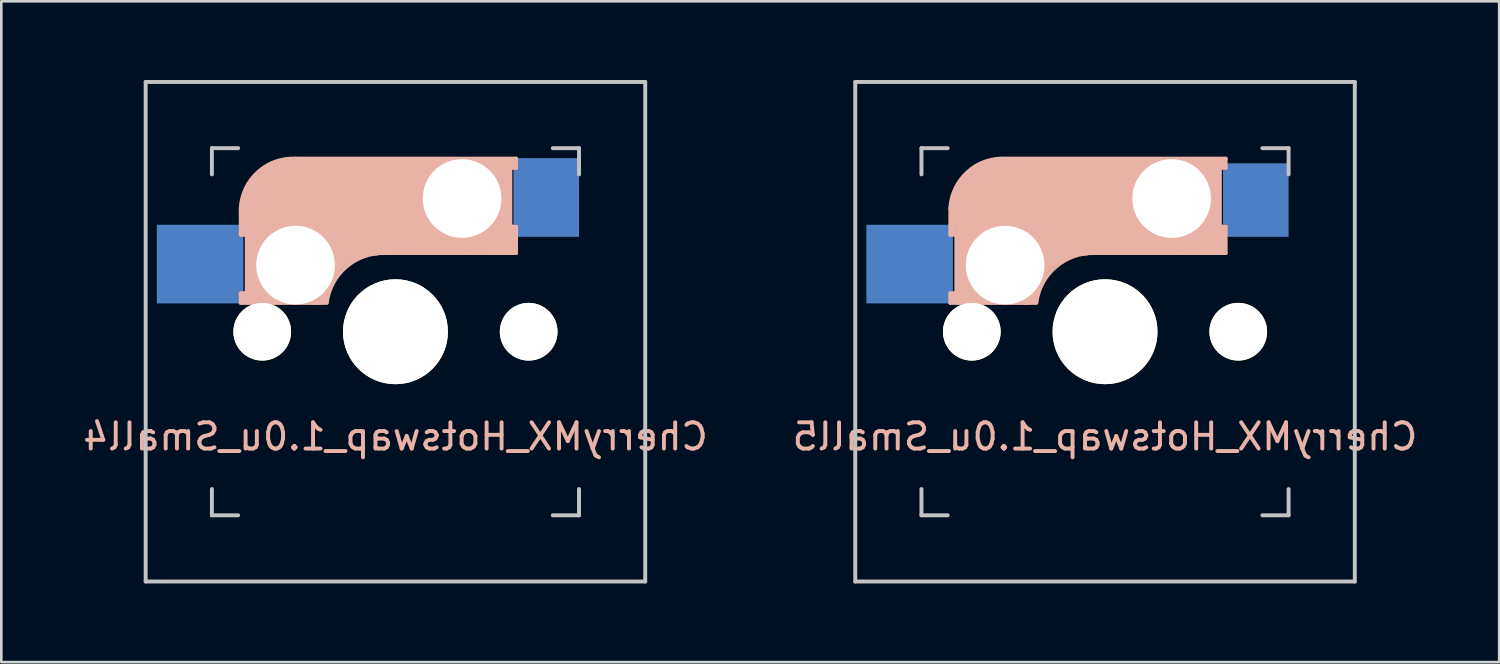
<source format=kicad_pcb>
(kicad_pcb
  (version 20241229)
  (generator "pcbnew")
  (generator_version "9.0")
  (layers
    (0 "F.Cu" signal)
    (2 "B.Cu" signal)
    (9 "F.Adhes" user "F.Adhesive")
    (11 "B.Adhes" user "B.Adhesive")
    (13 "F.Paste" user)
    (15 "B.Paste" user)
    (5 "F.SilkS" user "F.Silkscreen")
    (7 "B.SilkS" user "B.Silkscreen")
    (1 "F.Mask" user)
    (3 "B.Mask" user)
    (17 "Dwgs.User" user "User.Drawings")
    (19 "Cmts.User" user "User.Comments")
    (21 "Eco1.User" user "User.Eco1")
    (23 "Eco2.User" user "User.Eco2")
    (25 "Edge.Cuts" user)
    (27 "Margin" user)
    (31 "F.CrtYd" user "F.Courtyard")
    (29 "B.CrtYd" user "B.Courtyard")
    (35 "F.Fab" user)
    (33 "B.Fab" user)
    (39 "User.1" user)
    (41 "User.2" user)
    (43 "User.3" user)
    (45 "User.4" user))
  (footprint "CherryMX_Hotswap_1.0u_Small5"
    (layer "F.Cu")
    (at 39.089 9.6)
    (property "Reference" "CherryMX_Hotswap_1.0u_Small5" (at 0 4 0) (layer "B.SilkS") (effects (font (size 1 1) (thickness 0.15)) (justify mirror)))
    (attr smd)
    (fp_line (start -5.9 -4.7) (end -5.9 -3.7) (stroke (width 0.15) (type solid)) (layer "B.SilkS"))
    (fp_line (start -5.9 -3.7) (end -5.7 -3.7) (stroke (width 0.15) (type solid)) (layer "B.SilkS"))
    (fp_line (start -5.9 -1.1) (end -5.9 -1.46) (stroke (width 0.15) (type solid)) (layer "B.SilkS"))
    (fp_line (start -5.9 -1.1) (end -2.62 -1.1) (stroke (width 0.15) (type solid)) (layer "B.SilkS"))
    (fp_line (start -5.8 -3.8) (end -5.8 -4.7) (stroke (width 0.3) (type solid)) (layer "B.SilkS"))
    (fp_line (start -5.7 -1.46) (end -5.9 -1.46) (stroke (width 0.15) (type solid)) (layer "B.SilkS"))
    (fp_line (start -5.7 -1.3) (end -3 -1.3) (stroke (width 0.5) (type solid)) (layer "B.SilkS"))
    (fp_line (start -5.67 -3.7) (end -5.67 -1.46) (stroke (width 0.15) (type solid)) (layer "B.SilkS"))
    (fp_line (start -5.3 -1.6) (end -5.3 -3.4) (stroke (width 0.8) (type solid)) (layer "B.SilkS"))
    (fp_line (start -4.17 -5.1) (end -4.17 -2.86) (stroke (width 3) (type solid)) (layer "B.SilkS"))
    (fp_line (start -0.4 -3) (end 4.6 -3) (stroke (width 0.15) (type solid)) (layer "B.SilkS"))
    (fp_line (start 2.6 -4.8) (end -4.1 -4.8) (stroke (width 3.5) (type solid)) (layer "B.SilkS"))
    (fp_line (start 3.9 -6) (end 3.9 -3.5) (stroke (width 1) (type solid)) (layer "B.SilkS"))
    (fp_line (start 4.3 -3.3) (end 2.9 -3.3) (stroke (width 0.5) (type solid)) (layer "B.SilkS"))
    (fp_line (start 4.38 -4) (end 4.38 -6.25) (stroke (width 0.15) (type solid)) (layer "B.SilkS"))
    (fp_line (start 4.4 -6.4) (end 3 -6.4) (stroke (width 0.4) (type solid)) (layer "B.SilkS"))
    (fp_line (start 4.4 -6.25) (end 4.6 -6.25) (stroke (width 0.15) (type solid)) (layer "B.SilkS"))
    (fp_line (start 4.4 -3.9) (end 4.4 -3.2) (stroke (width 0.4) (type solid)) (layer "B.SilkS"))
    (fp_line (start 4.6 -6.6) (end -3.8 -6.6) (stroke (width 0.15) (type solid)) (layer "B.SilkS"))
    (fp_line (start 4.6 -6.25) (end 4.6 -6.6) (stroke (width 0.15) (type solid)) (layer "B.SilkS"))
    (fp_line (start 4.6 -4) (end 4.4 -4) (stroke (width 0.15) (type solid)) (layer "B.SilkS"))
    (fp_line (start 4.6 -3) (end 4.6 -4) (stroke (width 0.15) (type solid)) (layer "B.SilkS"))
    (fp_arc (start -5.9 -4.699999) (mid -5.243504 -6.084924) (end -3.800001 -6.6) (stroke (width 0.15) (type solid)) (layer "B.SilkS"))
    (fp_arc (start -3.016318 -1.521471) (mid -2.268709 -2.886118) (end -0.8 -3.4) (stroke (width 1) (type solid)) (layer "B.SilkS"))
    (fp_arc (start -2.616318 -1.121471) (mid -1.868709 -2.486118) (end -0.4 -3) (stroke (width 0.15) (type solid)) (layer "B.SilkS"))
    (fp_line (start -9.525 -9.525) (end 9.525 -9.525) (stroke (width 0.15) (type solid)) (layer "Dwgs.User"))
    (fp_line (start -9.525 9.525) (end -9.525 -9.525) (stroke (width 0.15) (type solid)) (layer "Dwgs.User"))
    (fp_line (start -7 -7) (end -6 -7) (stroke (width 0.15) (type solid)) (layer "Dwgs.User"))
    (fp_line (start -7 -6) (end -7 -7) (stroke (width 0.15) (type solid)) (layer "Dwgs.User"))
    (fp_line (start -7 6) (end -7 7) (stroke (width 0.15) (type solid)) (layer "Dwgs.User"))
    (fp_line (start -7 7) (end -6 7) (stroke (width 0.15) (type solid)) (layer "Dwgs.User"))
    (fp_line (start 6 7) (end 7 7) (stroke (width 0.15) (type solid)) (layer "Dwgs.User"))
    (fp_line (start 7 -7) (end 6 -7) (stroke (width 0.15) (type solid)) (layer "Dwgs.User"))
    (fp_line (start 7 -7) (end 7 -6) (stroke (width 0.15) (type solid)) (layer "Dwgs.User"))
    (fp_line (start 7 7) (end 7 6) (stroke (width 0.15) (type solid)) (layer "Dwgs.User"))
    (fp_line (start 9.525 -9.525) (end 9.525 9.525) (stroke (width 0.15) (type solid)) (layer "Dwgs.User"))
    (fp_line (start 9.525 9.525) (end -9.525 9.525) (stroke (width 0.15) (type solid)) (layer "Dwgs.User"))
    (pad "" np_thru_hole circle (at -5.08 0) (size 2.2 2.2) (drill 2.2) (layers "*.Cu" "*.Mask" "F.SilkS"))
    (pad "" np_thru_hole circle (at -3.81 -2.54 180) (size 3 3) (drill 3) (layers "*.Cu" "*.Mask"))
    (pad "" np_thru_hole circle (at 0 0 90) (size 4 4) (drill 4) (layers "*.Cu" "*.Mask" "F.SilkS"))
    (pad "" np_thru_hole circle (at 2.54 -5.08 180) (size 3 3) (drill 3) (layers "*.Cu" "*.Mask"))
    (pad "" np_thru_hole circle (at 5.08 0) (size 2.2 2.2) (drill 2.2) (layers "*.Cu" "*.Mask" "F.SilkS"))
    (pad "1" smd rect (at -7 -2.58 180) (size 3.3 3) (drill (offset 0.45 0)) (layers "B.Cu" "B.Mask" "B.Paste"))
    (pad "2" smd rect (at 5.7 -5.12 180) (size 2.5 2.8) (drill (offset -0.05 -0.1)) (layers "B.Cu" "B.Mask" "B.Paste")))
  (footprint "CherryMX_Hotswap_1.0u_Small4"
    (layer "F.Cu")
    (at 12.03 9.6)
    (property "Reference" "CherryMX_Hotswap_1.0u_Small4" (at 0 4 0) (layer "B.SilkS") (effects (font (size 1 1) (thickness 0.15)) (justify mirror)))
    (attr smd)
    (fp_line (start -5.9 -4.7) (end -5.9 -3.7) (stroke (width 0.15) (type solid)) (layer "B.SilkS"))
    (fp_line (start -5.9 -3.7) (end -5.7 -3.7) (stroke (width 0.15) (type solid)) (layer "B.SilkS"))
    (fp_line (start -5.9 -1.1) (end -5.9 -1.46) (stroke (width 0.15) (type solid)) (layer "B.SilkS"))
    (fp_line (start -5.9 -1.1) (end -2.62 -1.1) (stroke (width 0.15) (type solid)) (layer "B.SilkS"))
    (fp_line (start -5.8 -3.8) (end -5.8 -4.7) (stroke (width 0.3) (type solid)) (layer "B.SilkS"))
    (fp_line (start -5.7 -1.46) (end -5.9 -1.46) (stroke (width 0.15) (type solid)) (layer "B.SilkS"))
    (fp_line (start -5.7 -1.3) (end -3 -1.3) (stroke (width 0.5) (type solid)) (layer "B.SilkS"))
    (fp_line (start -5.67 -3.7) (end -5.67 -1.46) (stroke (width 0.15) (type solid)) (layer "B.SilkS"))
    (fp_line (start -5.3 -1.6) (end -5.3 -3.4) (stroke (width 0.8) (type solid)) (layer "B.SilkS"))
    (fp_line (start -4.17 -5.1) (end -4.17 -2.86) (stroke (width 3) (type solid)) (layer "B.SilkS"))
    (fp_line (start -0.4 -3) (end 4.6 -3) (stroke (width 0.15) (type solid)) (layer "B.SilkS"))
    (fp_line (start 2.6 -4.8) (end -4.1 -4.8) (stroke (width 3.5) (type solid)) (layer "B.SilkS"))
    (fp_line (start 3.9 -6) (end 3.9 -3.5) (stroke (width 1) (type solid)) (layer "B.SilkS"))
    (fp_line (start 4.3 -3.3) (end 2.9 -3.3) (stroke (width 0.5) (type solid)) (layer "B.SilkS"))
    (fp_line (start 4.38 -4) (end 4.38 -6.25) (stroke (width 0.15) (type solid)) (layer "B.SilkS"))
    (fp_line (start 4.4 -6.4) (end 3 -6.4) (stroke (width 0.4) (type solid)) (layer "B.SilkS"))
    (fp_line (start 4.4 -6.25) (end 4.6 -6.25) (stroke (width 0.15) (type solid)) (layer "B.SilkS"))
    (fp_line (start 4.4 -3.9) (end 4.4 -3.2) (stroke (width 0.4) (type solid)) (layer "B.SilkS"))
    (fp_line (start 4.6 -6.6) (end -3.8 -6.6) (stroke (width 0.15) (type solid)) (layer "B.SilkS"))
    (fp_line (start 4.6 -6.25) (end 4.6 -6.6) (stroke (width 0.15) (type solid)) (layer "B.SilkS"))
    (fp_line (start 4.6 -4) (end 4.4 -4) (stroke (width 0.15) (type solid)) (layer "B.SilkS"))
    (fp_line (start 4.6 -3) (end 4.6 -4) (stroke (width 0.15) (type solid)) (layer "B.SilkS"))
    (fp_arc (start -5.9 -4.699999) (mid -5.243504 -6.084924) (end -3.800001 -6.6) (stroke (width 0.15) (type solid)) (layer "B.SilkS"))
    (fp_arc (start -3.016318 -1.521471) (mid -2.268709 -2.886118) (end -0.8 -3.4) (stroke (width 1) (type solid)) (layer "B.SilkS"))
    (fp_arc (start -2.616318 -1.121471) (mid -1.868709 -2.486118) (end -0.4 -3) (stroke (width 0.15) (type solid)) (layer "B.SilkS"))
    (fp_line (start -9.525 -9.525) (end 9.525 -9.525) (stroke (width 0.15) (type solid)) (layer "Dwgs.User"))
    (fp_line (start -9.525 9.525) (end -9.525 -9.525) (stroke (width 0.15) (type solid)) (layer "Dwgs.User"))
    (fp_line (start -7 -7) (end -6 -7) (stroke (width 0.15) (type solid)) (layer "Dwgs.User"))
    (fp_line (start -7 -6) (end -7 -7) (stroke (width 0.15) (type solid)) (layer "Dwgs.User"))
    (fp_line (start -7 6) (end -7 7) (stroke (width 0.15) (type solid)) (layer "Dwgs.User"))
    (fp_line (start -7 7) (end -6 7) (stroke (width 0.15) (type solid)) (layer "Dwgs.User"))
    (fp_line (start 6 7) (end 7 7) (stroke (width 0.15) (type solid)) (layer "Dwgs.User"))
    (fp_line (start 7 -7) (end 6 -7) (stroke (width 0.15) (type solid)) (layer "Dwgs.User"))
    (fp_line (start 7 -7) (end 7 -6) (stroke (width 0.15) (type solid)) (layer "Dwgs.User"))
    (fp_line (start 7 7) (end 7 6) (stroke (width 0.15) (type solid)) (layer "Dwgs.User"))
    (fp_line (start 9.525 -9.525) (end 9.525 9.525) (stroke (width 0.15) (type solid)) (layer "Dwgs.User"))
    (fp_line (start 9.525 9.525) (end -9.525 9.525) (stroke (width 0.15) (type solid)) (layer "Dwgs.User"))
    (pad "" np_thru_hole circle (at -5.08 0) (size 2.2 2.2) (drill 2.2) (layers "*.Cu" "*.Mask" "F.SilkS"))
    (pad "" np_thru_hole circle (at -3.81 -2.54 180) (size 3 3) (drill 3) (layers "*.Cu" "*.Mask"))
    (pad "" np_thru_hole circle (at 0 0 90) (size 4 4) (drill 4) (layers "*.Cu" "*.Mask" "F.SilkS"))
    (pad "" np_thru_hole circle (at 2.54 -5.08 180) (size 3 3) (drill 3) (layers "*.Cu" "*.Mask"))
    (pad "" np_thru_hole circle (at 5.08 0) (size 2.2 2.2) (drill 2.2) (layers "*.Cu" "*.Mask" "F.SilkS"))
    (pad "1" smd rect (at -7 -2.58 180) (size 3.3 3) (drill (offset 0.45 0)) (layers "B.Cu" "B.Mask" "B.Paste"))
    (pad "2" smd rect (at 5.7 -5.12 180) (size 2.5 3) (drill (offset -0.05 0)) (layers "B.Cu" "B.Mask" "B.Paste")))
  (gr_rect
    (start -3 -3)
    (end 54.119 22.2)
    (stroke (width 0.1) (type default))
    (fill no)
    (layer "Edge.Cuts")))
</source>
